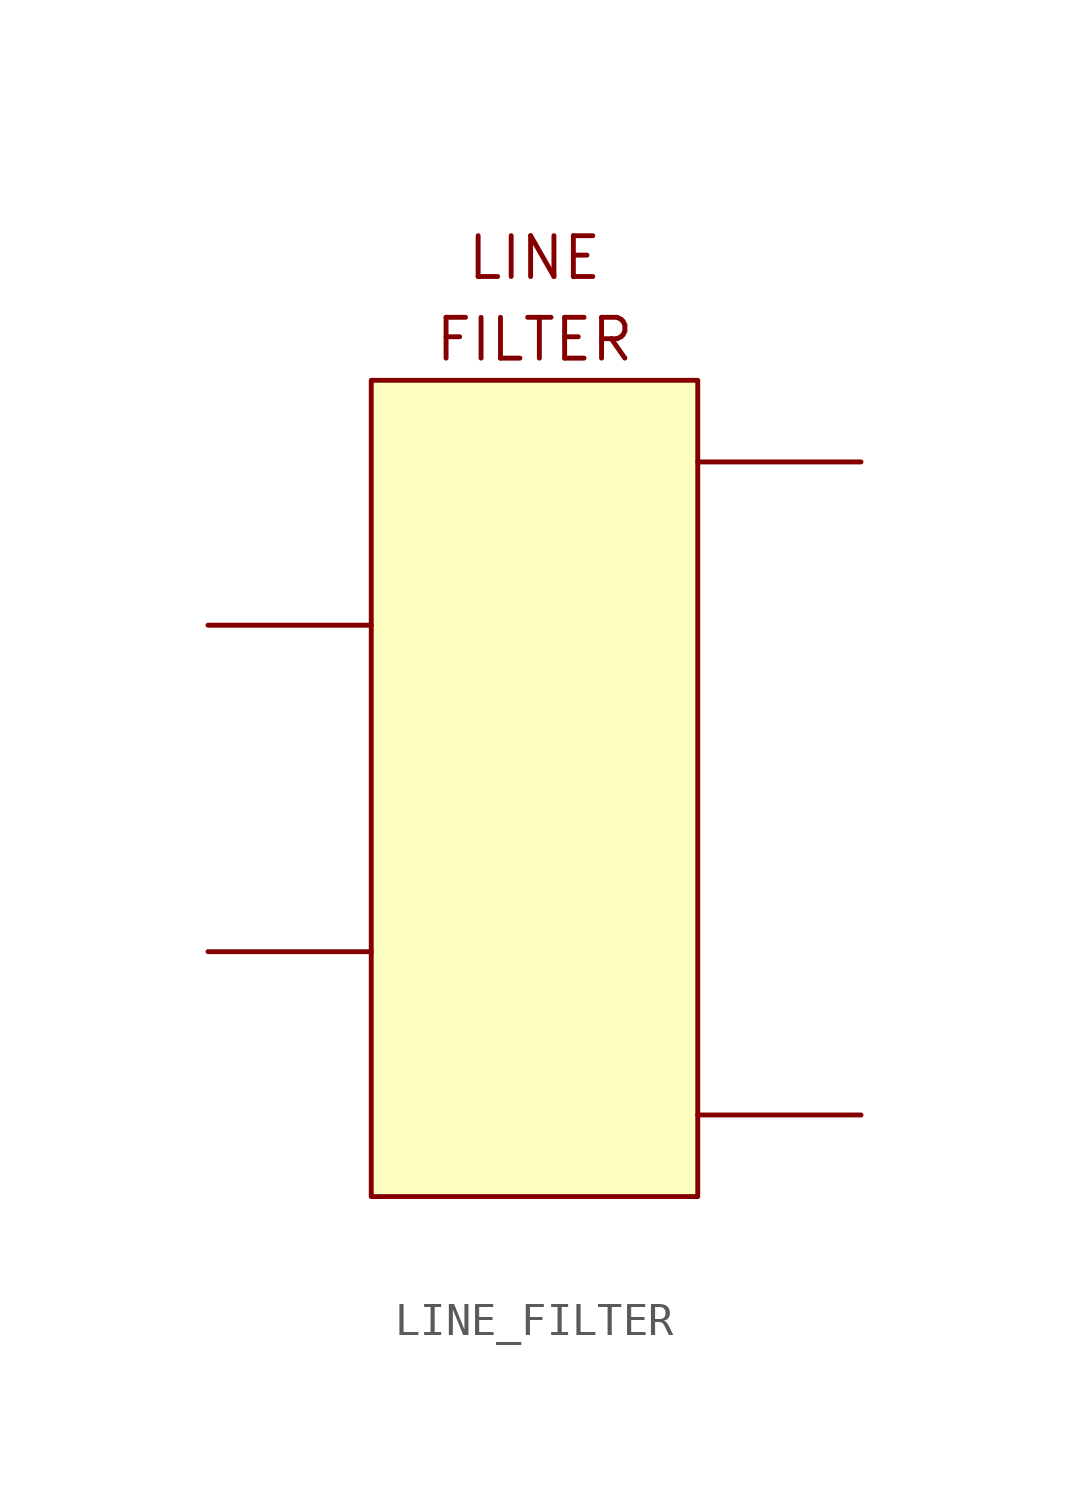
<source format=kicad_sym>
(kicad_symbol_lib
  (version 20211014)
  (generator kicad_symbol_editor)
  (symbol "LINE_FILTER"
    (property "Reference" "LF"
      (at -36.83 22.86 0)
      (effects (font (size 1.27 1.27)) hide))
    (symbol "LINE_FILTER_0_0"
      (rectangle (start 0 0) (end 10.16 -25.4) (stroke (width 0) (type default) (color 0 0 0 0)) (fill (type background)))
      (text "FILTER" (at 5.08 1.27 0) (effects (font (size 1.27 1.27))))
      (text "LINE" (at 5.08 3.81 0) (effects (font (size 1.27 1.27)))))
    (symbol "LINE_FILTER_1_1"
      (pin passive line (at -5.08 -17.78 0) (length 5.08) (name "" (effects (font (size 1.27 1.27)))) (number "" (effects (font (size 1.27 1.27)))))
      (pin passive line (at -5.08 -7.62 0) (length 5.08) (name "" (effects (font (size 1.27 1.27)))) (number "" (effects (font (size 1.27 1.27)))))
      (pin passive line (at 15.24 -22.86 180) (length 5.08) (name "" (effects (font (size 1.27 1.27)))) (number "" (effects (font (size 1.27 1.27)))))
      (pin passive line (at 15.24 -2.54 180) (length 5.08) (name "" (effects (font (size 1.27 1.27)))) (number "" (effects (font (size 1.27 1.27))))))))
</source>
